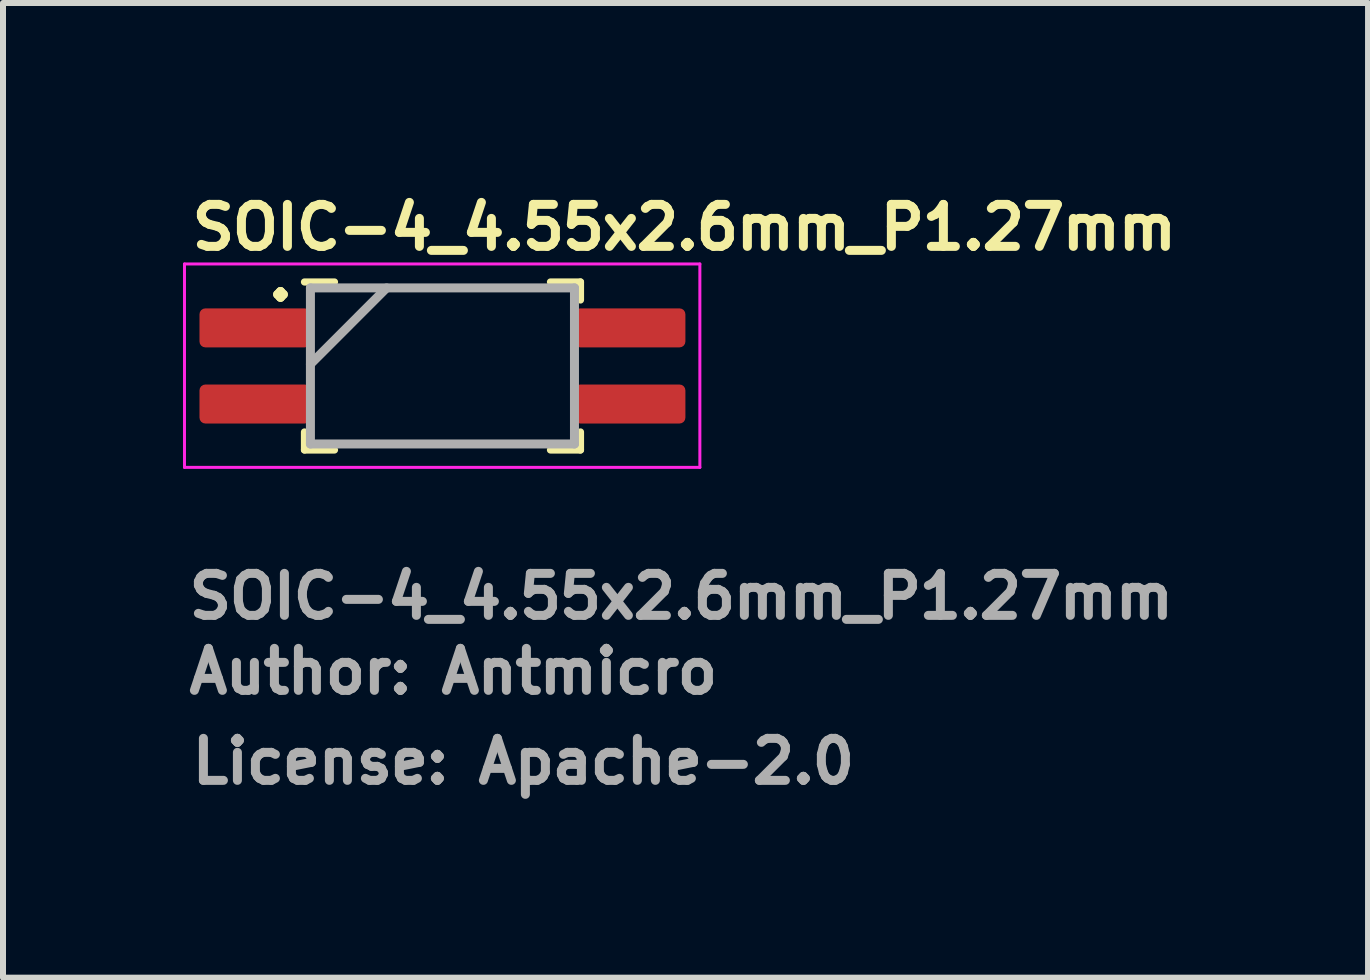
<source format=kicad_pcb>
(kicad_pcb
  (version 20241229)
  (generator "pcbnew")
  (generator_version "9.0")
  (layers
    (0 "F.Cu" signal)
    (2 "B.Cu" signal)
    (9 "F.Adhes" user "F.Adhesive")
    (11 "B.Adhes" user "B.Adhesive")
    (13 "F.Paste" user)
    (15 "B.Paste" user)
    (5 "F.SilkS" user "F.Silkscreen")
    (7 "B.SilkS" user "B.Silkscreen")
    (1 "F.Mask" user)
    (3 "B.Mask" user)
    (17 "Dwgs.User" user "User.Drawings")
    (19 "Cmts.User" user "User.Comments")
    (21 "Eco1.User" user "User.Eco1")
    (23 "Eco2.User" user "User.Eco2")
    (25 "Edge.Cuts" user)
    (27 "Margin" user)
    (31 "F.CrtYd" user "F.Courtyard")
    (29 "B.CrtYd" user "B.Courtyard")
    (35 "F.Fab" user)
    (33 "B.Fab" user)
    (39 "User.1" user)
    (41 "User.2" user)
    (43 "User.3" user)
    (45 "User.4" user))
  (footprint "SOIC-4_4.55x2.6mm_P1.27mm"
    (layer "F.Cu")
    (at 4.325 3.05)
    (property "Reference" "SOIC-4_4.55x2.6mm_P1.27mm" (at -4.25 -1.9 0) (layer "F.SilkS") (effects (font (size 0.7 0.7) (thickness 0.15)) (justify left bottom)))
    (attr smd)
    (fp_line (start -2.3 -1.4) (end -1.8 -1.4) (stroke (width 0.12) (type solid)) (layer "F.SilkS"))
    (fp_line (start -2.3 1.1) (end -2.3 1.4) (stroke (width 0.12) (type solid)) (layer "F.SilkS"))
    (fp_line (start -1.8 1.4) (end -2.3 1.4) (stroke (width 0.12) (type solid)) (layer "F.SilkS"))
    (fp_line (start 1.8 -1.4) (end 2.3 -1.4) (stroke (width 0.12) (type solid)) (layer "F.SilkS"))
    (fp_line (start 2.3 -1.1) (end 2.3 -1.4) (stroke (width 0.12) (type solid)) (layer "F.SilkS"))
    (fp_line (start 2.3 1.1) (end 2.3 1.4) (stroke (width 0.12) (type solid)) (layer "F.SilkS"))
    (fp_line (start 2.3 1.4) (end 1.8 1.4) (stroke (width 0.12) (type solid)) (layer "F.SilkS"))
    (fp_line (start -4.3 -1.7) (end 4.29 -1.7) (stroke (width 0.05) (type solid)) (layer "F.CrtYd"))
    (fp_line (start -4.3 1.69) (end -4.3 -1.7) (stroke (width 0.05) (type solid)) (layer "F.CrtYd"))
    (fp_line (start 4.29 -1.7) (end 4.29 1.69) (stroke (width 0.05) (type solid)) (layer "F.CrtYd"))
    (fp_line (start 4.29 1.69) (end -4.3 1.69) (stroke (width 0.05) (type solid)) (layer "F.CrtYd"))
    (fp_line (start -2.201 -1.301) (end 2.2 -1.301) (stroke (width 0.15) (type solid)) (layer "F.Fab"))
    (fp_line (start -2.201 -0.03) (end -0.931 -1.301) (stroke (width 0.15) (type solid)) (layer "F.Fab"))
    (fp_line (start -2.201 1.3) (end -2.201 -1.301) (stroke (width 0.15) (type solid)) (layer "F.Fab"))
    (fp_line (start 2.2 -1.301) (end 2.2 1.3) (stroke (width 0.15) (type solid)) (layer "F.Fab"))
    (fp_line (start 2.2 1.3) (end -2.201 1.3) (stroke (width 0.15) (type solid)) (layer "F.Fab"))
    (fp_line (start -3.5 -0.835) (end -3.161 -0.835) (stroke (width 0.01) (type solid)) (layer "User.9"))
    (fp_line (start -3.5 -0.435) (end -3.5 -0.835) (stroke (width 0.01) (type solid)) (layer "User.9"))
    (fp_line (start -3.5 -0.435) (end -3.161 -0.435) (stroke (width 0.01) (type solid)) (layer "User.9"))
    (fp_line (start -3.5 0.435) (end -3.161 0.435) (stroke (width 0.01) (type solid)) (layer "User.9"))
    (fp_line (start -3.5 0.835) (end -3.5 0.435) (stroke (width 0.01) (type solid)) (layer "User.9"))
    (fp_line (start -3.5 0.835) (end -3.161 0.835) (stroke (width 0.01) (type solid)) (layer "User.9"))
    (fp_line (start -3.161 -0.835) (end -3.078 -0.835) (stroke (width 0.01) (type solid)) (layer "User.9"))
    (fp_line (start -3.161 -0.435) (end -3.078 -0.435) (stroke (width 0.01) (type solid)) (layer "User.9"))
    (fp_line (start -3.161 0.435) (end -3.078 0.435) (stroke (width 0.01) (type solid)) (layer "User.9"))
    (fp_line (start -3.161 0.835) (end -3.078 0.835) (stroke (width 0.01) (type solid)) (layer "User.9"))
    (fp_line (start -3.078 -0.835) (end -2.396 -0.835) (stroke (width 0.01) (type solid)) (layer "User.9"))
    (fp_line (start -3.078 -0.435) (end -2.396 -0.435) (stroke (width 0.01) (type solid)) (layer "User.9"))
    (fp_line (start -3.078 0.435) (end -2.396 0.435) (stroke (width 0.01) (type solid)) (layer "User.9"))
    (fp_line (start -3.078 0.835) (end -2.396 0.835) (stroke (width 0.01) (type solid)) (layer "User.9"))
    (fp_line (start -2.396 -0.835) (end -2.313 -0.835) (stroke (width 0.01) (type solid)) (layer "User.9"))
    (fp_line (start -2.396 -0.435) (end -2.313 -0.435) (stroke (width 0.01) (type solid)) (layer "User.9"))
    (fp_line (start -2.396 0.435) (end -2.313 0.435) (stroke (width 0.01) (type solid)) (layer "User.9"))
    (fp_line (start -2.396 0.835) (end -2.313 0.835) (stroke (width 0.01) (type solid)) (layer "User.9"))
    (fp_line (start -2.313 -0.835) (end -2.2 -0.835) (stroke (width 0.01) (type solid)) (layer "User.9"))
    (fp_line (start -2.313 -0.435) (end -2.2 -0.435) (stroke (width 0.01) (type solid)) (layer "User.9"))
    (fp_line (start -2.313 0.435) (end -2.2 0.435) (stroke (width 0.01) (type solid)) (layer "User.9"))
    (fp_line (start -2.313 0.835) (end -2.2 0.835) (stroke (width 0.01) (type solid)) (layer "User.9"))
    (fp_line (start -2.2 -1.3) (end 2.2 -1.3) (stroke (width 0.01) (type solid)) (layer "User.9"))
    (fp_line (start -2.2 -0.435) (end -2.2 -0.835) (stroke (width 0.01) (type solid)) (layer "User.9"))
    (fp_line (start -2.2 0.835) (end -2.2 0.435) (stroke (width 0.01) (type solid)) (layer "User.9"))
    (fp_line (start -2.2 1.3) (end -2.2 -1.3) (stroke (width 0.01) (type solid)) (layer "User.9"))
    (fp_line (start -2.2 1.3) (end 2.2 1.3) (stroke (width 0.01) (type solid)) (layer "User.9"))
    (fp_line (start -1.755 -0.58) (end -1.755 -0.58) (stroke (width 0.01) (type solid)) (layer "User.9"))
    (fp_line (start -1.755 -0.58) (end -1.755 -0.566) (stroke (width 0.01) (type solid)) (layer "User.9"))
    (fp_line (start -1.755 -0.594) (end -1.755 -0.58) (stroke (width 0.01) (type solid)) (layer "User.9"))
    (fp_line (start -1.755 -0.566) (end -1.754 -0.552) (stroke (width 0.01) (type solid)) (layer "User.9"))
    (fp_line (start -1.754 -0.608) (end -1.755 -0.594) (stroke (width 0.01) (type solid)) (layer "User.9"))
    (fp_line (start -1.754 -0.552) (end -1.752 -0.538) (stroke (width 0.01) (type solid)) (layer "User.9"))
    (fp_line (start -1.752 -0.622) (end -1.754 -0.608) (stroke (width 0.01) (type solid)) (layer "User.9"))
    (fp_line (start -1.752 -0.538) (end -1.749 -0.525) (stroke (width 0.01) (type solid)) (layer "User.9"))
    (fp_line (start -1.749 -0.635) (end -1.752 -0.622) (stroke (width 0.01) (type solid)) (layer "User.9"))
    (fp_line (start -1.749 -0.525) (end -1.746 -0.511) (stroke (width 0.01) (type solid)) (layer "User.9"))
    (fp_line (start -1.746 -0.649) (end -1.749 -0.635) (stroke (width 0.01) (type solid)) (layer "User.9"))
    (fp_line (start -1.746 -0.511) (end -1.743 -0.498) (stroke (width 0.01) (type solid)) (layer "User.9"))
    (fp_line (start -1.743 -0.662) (end -1.746 -0.649) (stroke (width 0.01) (type solid)) (layer "User.9"))
    (fp_line (start -1.743 -0.498) (end -1.738 -0.485) (stroke (width 0.01) (type solid)) (layer "User.9"))
    (fp_line (start -1.738 -0.675) (end -1.743 -0.662) (stroke (width 0.01) (type solid)) (layer "User.9"))
    (fp_line (start -1.738 -0.485) (end -1.733 -0.473) (stroke (width 0.01) (type solid)) (layer "User.9"))
    (fp_line (start -1.733 -0.687) (end -1.738 -0.675) (stroke (width 0.01) (type solid)) (layer "User.9"))
    (fp_line (start -1.733 -0.473) (end -1.728 -0.461) (stroke (width 0.01) (type solid)) (layer "User.9"))
    (fp_line (start -1.728 -0.699) (end -1.733 -0.687) (stroke (width 0.01) (type solid)) (layer "User.9"))
    (fp_line (start -1.728 -0.461) (end -1.722 -0.449) (stroke (width 0.01) (type solid)) (layer "User.9"))
    (fp_line (start -1.722 -0.711) (end -1.728 -0.699) (stroke (width 0.01) (type solid)) (layer "User.9"))
    (fp_line (start -1.722 -0.449) (end -1.715 -0.437) (stroke (width 0.01) (type solid)) (layer "User.9"))
    (fp_line (start -1.715 -0.723) (end -1.722 -0.711) (stroke (width 0.01) (type solid)) (layer "User.9"))
    (fp_line (start -1.715 -0.437) (end -1.708 -0.426) (stroke (width 0.01) (type solid)) (layer "User.9"))
    (fp_line (start -1.708 -0.734) (end -1.715 -0.723) (stroke (width 0.01) (type solid)) (layer "User.9"))
    (fp_line (start -1.708 -0.426) (end -1.7 -0.415) (stroke (width 0.01) (type solid)) (layer "User.9"))
    (fp_line (start -1.7 -0.745) (end -1.708 -0.734) (stroke (width 0.01) (type solid)) (layer "User.9"))
    (fp_line (start -1.7 -0.415) (end -1.692 -0.405) (stroke (width 0.01) (type solid)) (layer "User.9"))
    (fp_line (start -1.692 -0.755) (end -1.7 -0.745) (stroke (width 0.01) (type solid)) (layer "User.9"))
    (fp_line (start -1.692 -0.405) (end -1.684 -0.395) (stroke (width 0.01) (type solid)) (layer "User.9"))
    (fp_line (start -1.684 -0.765) (end -1.692 -0.755) (stroke (width 0.01) (type solid)) (layer "User.9"))
    (fp_line (start -1.684 -0.395) (end -1.674 -0.386) (stroke (width 0.01) (type solid)) (layer "User.9"))
    (fp_line (start -1.674 -0.774) (end -1.684 -0.765) (stroke (width 0.01) (type solid)) (layer "User.9"))
    (fp_line (start -1.674 -0.386) (end -1.665 -0.376) (stroke (width 0.01) (type solid)) (layer "User.9"))
    (fp_line (start -1.665 -0.784) (end -1.674 -0.774) (stroke (width 0.01) (type solid)) (layer "User.9"))
    (fp_line (start -1.665 -0.376) (end -1.655 -0.368) (stroke (width 0.01) (type solid)) (layer "User.9"))
    (fp_line (start -1.655 -0.792) (end -1.665 -0.784) (stroke (width 0.01) (type solid)) (layer "User.9"))
    (fp_line (start -1.655 -0.368) (end -1.645 -0.36) (stroke (width 0.01) (type solid)) (layer "User.9"))
    (fp_line (start -1.645 -0.8) (end -1.655 -0.792) (stroke (width 0.01) (type solid)) (layer "User.9"))
    (fp_line (start -1.645 -0.36) (end -1.634 -0.352) (stroke (width 0.01) (type solid)) (layer "User.9"))
    (fp_line (start -1.634 -0.808) (end -1.645 -0.8) (stroke (width 0.01) (type solid)) (layer "User.9"))
    (fp_line (start -1.634 -0.352) (end -1.623 -0.345) (stroke (width 0.01) (type solid)) (layer "User.9"))
    (fp_line (start -1.623 -0.815) (end -1.634 -0.808) (stroke (width 0.01) (type solid)) (layer "User.9"))
    (fp_line (start -1.623 -0.345) (end -1.611 -0.338) (stroke (width 0.01) (type solid)) (layer "User.9"))
    (fp_line (start -1.611 -0.822) (end -1.623 -0.815) (stroke (width 0.01) (type solid)) (layer "User.9"))
    (fp_line (start -1.611 -0.338) (end -1.599 -0.332) (stroke (width 0.01) (type solid)) (layer "User.9"))
    (fp_line (start -1.599 -0.828) (end -1.611 -0.822) (stroke (width 0.01) (type solid)) (layer "User.9"))
    (fp_line (start -1.599 -0.332) (end -1.587 -0.327) (stroke (width 0.01) (type solid)) (layer "User.9"))
    (fp_line (start -1.587 -0.833) (end -1.599 -0.828) (stroke (width 0.01) (type solid)) (layer "User.9"))
    (fp_line (start -1.587 -0.327) (end -1.575 -0.322) (stroke (width 0.01) (type solid)) (layer "User.9"))
    (fp_line (start -1.575 -0.838) (end -1.587 -0.833) (stroke (width 0.01) (type solid)) (layer "User.9"))
    (fp_line (start -1.575 -0.322) (end -1.562 -0.317) (stroke (width 0.01) (type solid)) (layer "User.9"))
    (fp_line (start -1.562 -0.843) (end -1.575 -0.838) (stroke (width 0.01) (type solid)) (layer "User.9"))
    (fp_line (start -1.562 -0.317) (end -1.549 -0.314) (stroke (width 0.01) (type solid)) (layer "User.9"))
    (fp_line (start -1.549 -0.846) (end -1.562 -0.843) (stroke (width 0.01) (type solid)) (layer "User.9"))
    (fp_line (start -1.549 -0.314) (end -1.535 -0.311) (stroke (width 0.01) (type solid)) (layer "User.9"))
    (fp_line (start -1.535 -0.849) (end -1.549 -0.846) (stroke (width 0.01) (type solid)) (layer "User.9"))
    (fp_line (start -1.535 -0.311) (end -1.522 -0.308) (stroke (width 0.01) (type solid)) (layer "User.9"))
    (fp_line (start -1.522 -0.852) (end -1.535 -0.849) (stroke (width 0.01) (type solid)) (layer "User.9"))
    (fp_line (start -1.522 -0.308) (end -1.508 -0.306) (stroke (width 0.01) (type solid)) (layer "User.9"))
    (fp_line (start -1.508 -0.854) (end -1.522 -0.852) (stroke (width 0.01) (type solid)) (layer "User.9"))
    (fp_line (start -1.508 -0.306) (end -1.494 -0.305) (stroke (width 0.01) (type solid)) (layer "User.9"))
    (fp_line (start -1.494 -0.855) (end -1.508 -0.854) (stroke (width 0.01) (type solid)) (layer "User.9"))
    (fp_line (start -1.494 -0.305) (end -1.48 -0.305) (stroke (width 0.01) (type solid)) (layer "User.9"))
    (fp_line (start -1.48 -0.855) (end -1.494 -0.855) (stroke (width 0.01) (type solid)) (layer "User.9"))
    (fp_line (start -1.48 -0.855) (end -1.48 -0.855) (stroke (width 0.01) (type solid)) (layer "User.9"))
    (fp_line (start -1.48 -0.305) (end -1.48 -0.305) (stroke (width 0.01) (type solid)) (layer "User.9"))
    (fp_line (start -1.48 -0.305) (end -1.466 -0.305) (stroke (width 0.01) (type solid)) (layer "User.9"))
    (fp_line (start -1.466 -0.855) (end -1.48 -0.855) (stroke (width 0.01) (type solid)) (layer "User.9"))
    (fp_line (start -1.466 -0.305) (end -1.452 -0.306) (stroke (width 0.01) (type solid)) (layer "User.9"))
    (fp_line (start -1.452 -0.854) (end -1.466 -0.855) (stroke (width 0.01) (type solid)) (layer "User.9"))
    (fp_line (start -1.452 -0.306) (end -1.438 -0.308) (stroke (width 0.01) (type solid)) (layer "User.9"))
    (fp_line (start -1.438 -0.852) (end -1.452 -0.854) (stroke (width 0.01) (type solid)) (layer "User.9"))
    (fp_line (start -1.438 -0.308) (end -1.425 -0.311) (stroke (width 0.01) (type solid)) (layer "User.9"))
    (fp_line (start -1.425 -0.849) (end -1.438 -0.852) (stroke (width 0.01) (type solid)) (layer "User.9"))
    (fp_line (start -1.425 -0.311) (end -1.411 -0.314) (stroke (width 0.01) (type solid)) (layer "User.9"))
    (fp_line (start -1.411 -0.846) (end -1.425 -0.849) (stroke (width 0.01) (type solid)) (layer "User.9"))
    (fp_line (start -1.411 -0.314) (end -1.398 -0.317) (stroke (width 0.01) (type solid)) (layer "User.9"))
    (fp_line (start -1.398 -0.843) (end -1.411 -0.846) (stroke (width 0.01) (type solid)) (layer "User.9"))
    (fp_line (start -1.398 -0.317) (end -1.385 -0.322) (stroke (width 0.01) (type solid)) (layer "User.9"))
    (fp_line (start -1.385 -0.838) (end -1.398 -0.843) (stroke (width 0.01) (type solid)) (layer "User.9"))
    (fp_line (start -1.385 -0.322) (end -1.373 -0.327) (stroke (width 0.01) (type solid)) (layer "User.9"))
    (fp_line (start -1.373 -0.833) (end -1.385 -0.838) (stroke (width 0.01) (type solid)) (layer "User.9"))
    (fp_line (start -1.373 -0.327) (end -1.361 -0.332) (stroke (width 0.01) (type solid)) (layer "User.9"))
    (fp_line (start -1.361 -0.828) (end -1.373 -0.833) (stroke (width 0.01) (type solid)) (layer "User.9"))
    (fp_line (start -1.361 -0.332) (end -1.349 -0.338) (stroke (width 0.01) (type solid)) (layer "User.9"))
    (fp_line (start -1.349 -0.822) (end -1.361 -0.828) (stroke (width 0.01) (type solid)) (layer "User.9"))
    (fp_line (start -1.349 -0.338) (end -1.337 -0.345) (stroke (width 0.01) (type solid)) (layer "User.9"))
    (fp_line (start -1.337 -0.815) (end -1.349 -0.822) (stroke (width 0.01) (type solid)) (layer "User.9"))
    (fp_line (start -1.337 -0.345) (end -1.326 -0.352) (stroke (width 0.01) (type solid)) (layer "User.9"))
    (fp_line (start -1.326 -0.808) (end -1.337 -0.815) (stroke (width 0.01) (type solid)) (layer "User.9"))
    (fp_line (start -1.326 -0.352) (end -1.315 -0.36) (stroke (width 0.01) (type solid)) (layer "User.9"))
    (fp_line (start -1.315 -0.8) (end -1.326 -0.808) (stroke (width 0.01) (type solid)) (layer "User.9"))
    (fp_line (start -1.315 -0.36) (end -1.305 -0.368) (stroke (width 0.01) (type solid)) (layer "User.9"))
    (fp_line (start -1.305 -0.792) (end -1.315 -0.8) (stroke (width 0.01) (type solid)) (layer "User.9"))
    (fp_line (start -1.305 -0.368) (end -1.295 -0.376) (stroke (width 0.01) (type solid)) (layer "User.9"))
    (fp_line (start -1.295 -0.784) (end -1.305 -0.792) (stroke (width 0.01) (type solid)) (layer "User.9"))
    (fp_line (start -1.295 -0.376) (end -1.286 -0.386) (stroke (width 0.01) (type solid)) (layer "User.9"))
    (fp_line (start -1.286 -0.774) (end -1.295 -0.784) (stroke (width 0.01) (type solid)) (layer "User.9"))
    (fp_line (start -1.286 -0.386) (end -1.276 -0.395) (stroke (width 0.01) (type solid)) (layer "User.9"))
    (fp_line (start -1.276 -0.765) (end -1.286 -0.774) (stroke (width 0.01) (type solid)) (layer "User.9"))
    (fp_line (start -1.276 -0.395) (end -1.268 -0.405) (stroke (width 0.01) (type solid)) (layer "User.9"))
    (fp_line (start -1.268 -0.755) (end -1.276 -0.765) (stroke (width 0.01) (type solid)) (layer "User.9"))
    (fp_line (start -1.268 -0.405) (end -1.26 -0.415) (stroke (width 0.01) (type solid)) (layer "User.9"))
    (fp_line (start -1.26 -0.745) (end -1.268 -0.755) (stroke (width 0.01) (type solid)) (layer "User.9"))
    (fp_line (start -1.26 -0.415) (end -1.252 -0.426) (stroke (width 0.01) (type solid)) (layer "User.9"))
    (fp_line (start -1.252 -0.734) (end -1.26 -0.745) (stroke (width 0.01) (type solid)) (layer "User.9"))
    (fp_line (start -1.252 -0.426) (end -1.245 -0.437) (stroke (width 0.01) (type solid)) (layer "User.9"))
    (fp_line (start -1.245 -0.723) (end -1.252 -0.734) (stroke (width 0.01) (type solid)) (layer "User.9"))
    (fp_line (start -1.245 -0.437) (end -1.238 -0.449) (stroke (width 0.01) (type solid)) (layer "User.9"))
    (fp_line (start -1.238 -0.711) (end -1.245 -0.723) (stroke (width 0.01) (type solid)) (layer "User.9"))
    (fp_line (start -1.238 -0.449) (end -1.232 -0.461) (stroke (width 0.01) (type solid)) (layer "User.9"))
    (fp_line (start -1.232 -0.699) (end -1.238 -0.711) (stroke (width 0.01) (type solid)) (layer "User.9"))
    (fp_line (start -1.232 -0.461) (end -1.227 -0.473) (stroke (width 0.01) (type solid)) (layer "User.9"))
    (fp_line (start -1.227 -0.687) (end -1.232 -0.699) (stroke (width 0.01) (type solid)) (layer "User.9"))
    (fp_line (start -1.227 -0.473) (end -1.222 -0.485) (stroke (width 0.01) (type solid)) (layer "User.9"))
    (fp_line (start -1.222 -0.675) (end -1.227 -0.687) (stroke (width 0.01) (type solid)) (layer "User.9"))
    (fp_line (start -1.222 -0.485) (end -1.217 -0.498) (stroke (width 0.01) (type solid)) (layer "User.9"))
    (fp_line (start -1.217 -0.662) (end -1.222 -0.675) (stroke (width 0.01) (type solid)) (layer "User.9"))
    (fp_line (start -1.217 -0.498) (end -1.214 -0.511) (stroke (width 0.01) (type solid)) (layer "User.9"))
    (fp_line (start -1.214 -0.649) (end -1.217 -0.662) (stroke (width 0.01) (type solid)) (layer "User.9"))
    (fp_line (start -1.214 -0.511) (end -1.211 -0.525) (stroke (width 0.01) (type solid)) (layer "User.9"))
    (fp_line (start -1.211 -0.635) (end -1.214 -0.649) (stroke (width 0.01) (type solid)) (layer "User.9"))
    (fp_line (start -1.211 -0.525) (end -1.208 -0.538) (stroke (width 0.01) (type solid)) (layer "User.9"))
    (fp_line (start -1.208 -0.622) (end -1.211 -0.635) (stroke (width 0.01) (type solid)) (layer "User.9"))
    (fp_line (start -1.208 -0.538) (end -1.206 -0.552) (stroke (width 0.01) (type solid)) (layer "User.9"))
    (fp_line (start -1.206 -0.608) (end -1.208 -0.622) (stroke (width 0.01) (type solid)) (layer "User.9"))
    (fp_line (start -1.206 -0.552) (end -1.205 -0.566) (stroke (width 0.01) (type solid)) (layer "User.9"))
    (fp_line (start -1.205 -0.594) (end -1.206 -0.608) (stroke (width 0.01) (type solid)) (layer "User.9"))
    (fp_line (start -1.205 -0.566) (end -1.205 -0.58) (stroke (width 0.01) (type solid)) (layer "User.9"))
    (fp_line (start -1.205 -0.58) (end -1.205 -0.594) (stroke (width 0.01) (type solid)) (layer "User.9"))
    (fp_line (start -1.205 -0.58) (end -1.205 -0.58) (stroke (width 0.01) (type solid)) (layer "User.9"))
    (fp_line (start -1.205 -0.58) (end -1.205 -0.58) (stroke (width 0.01) (type solid)) (layer "User.9"))
    (fp_line (start 2.2 -0.835) (end 2.313 -0.835) (stroke (width 0.01) (type solid)) (layer "User.9"))
    (fp_line (start 2.2 -0.435) (end 2.2 -0.835) (stroke (width 0.01) (type solid)) (layer "User.9"))
    (fp_line (start 2.2 -0.435) (end 2.313 -0.435) (stroke (width 0.01) (type solid)) (layer "User.9"))
    (fp_line (start 2.2 0.435) (end 2.313 0.435) (stroke (width 0.01) (type solid)) (layer "User.9"))
    (fp_line (start 2.2 0.835) (end 2.2 0.435) (stroke (width 0.01) (type solid)) (layer "User.9"))
    (fp_line (start 2.2 0.835) (end 2.313 0.835) (stroke (width 0.01) (type solid)) (layer "User.9"))
    (fp_line (start 2.2 1.3) (end 2.2 -1.3) (stroke (width 0.01) (type solid)) (layer "User.9"))
    (fp_line (start 2.396 -0.835) (end 2.313 -0.835) (stroke (width 0.01) (type solid)) (layer "User.9"))
    (fp_line (start 2.396 -0.435) (end 2.313 -0.435) (stroke (width 0.01) (type solid)) (layer "User.9"))
    (fp_line (start 2.396 0.435) (end 2.313 0.435) (stroke (width 0.01) (type solid)) (layer "User.9"))
    (fp_line (start 2.396 0.835) (end 2.313 0.835) (stroke (width 0.01) (type solid)) (layer "User.9"))
    (fp_line (start 3.078 -0.835) (end 2.396 -0.835) (stroke (width 0.01) (type solid)) (layer "User.9"))
    (fp_line (start 3.078 -0.435) (end 2.396 -0.435) (stroke (width 0.01) (type solid)) (layer "User.9"))
    (fp_line (start 3.078 0.435) (end 2.396 0.435) (stroke (width 0.01) (type solid)) (layer "User.9"))
    (fp_line (start 3.078 0.835) (end 2.396 0.835) (stroke (width 0.01) (type solid)) (layer "User.9"))
    (fp_line (start 3.161 -0.835) (end 3.078 -0.835) (stroke (width 0.01) (type solid)) (layer "User.9"))
    (fp_line (start 3.161 -0.835) (end 3.5 -0.835) (stroke (width 0.01) (type solid)) (layer "User.9"))
    (fp_line (start 3.161 -0.435) (end 3.078 -0.435) (stroke (width 0.01) (type solid)) (layer "User.9"))
    (fp_line (start 3.161 -0.435) (end 3.5 -0.435) (stroke (width 0.01) (type solid)) (layer "User.9"))
    (fp_line (start 3.161 0.435) (end 3.078 0.435) (stroke (width 0.01) (type solid)) (layer "User.9"))
    (fp_line (start 3.161 0.435) (end 3.5 0.435) (stroke (width 0.01) (type solid)) (layer "User.9"))
    (fp_line (start 3.161 0.835) (end 3.078 0.835) (stroke (width 0.01) (type solid)) (layer "User.9"))
    (fp_line (start 3.161 0.835) (end 3.5 0.835) (stroke (width 0.01) (type solid)) (layer "User.9"))
    (fp_line (start 3.5 -0.435) (end 3.5 -0.835) (stroke (width 0.01) (type solid)) (layer "User.9"))
    (fp_line (start 3.5 0.835) (end 3.5 0.435) (stroke (width 0.01) (type solid)) (layer "User.9"))
    (fp_text user "." (at -2.7 -1.6 0) (layer "F.SilkS") (effects (font (size 1 1) (thickness 0.15))))
    (fp_text user "${REFERENCE}" (at -4.3 4.25 0) (layer "F.Fab") (effects (font (size 0.7 0.7) (thickness 0.15)) (justify left bottom)))
    (fp_text user "Author: Antmicro" (at -4.3 5.5 0) (layer "F.Fab") (effects (font (size 0.7 0.7) (thickness 0.15)) (justify left bottom)))
    (fp_text user "License: Apache-2.0" (at -4.25 7 0) (layer "F.Fab") (effects (font (size 0.7 0.7) (thickness 0.15)) (justify left bottom)))
    (pad "1" smd roundrect (at -3.125 -0.635 90) (size 0.65 1.85) (layers "F.Cu" "F.Mask" "F.Paste") (roundrect_rratio 0.15))
    (pad "2" smd roundrect (at -3.125 0.634 90) (size 0.65 1.85) (layers "F.Cu" "F.Mask" "F.Paste") (roundrect_rratio 0.15))
    (pad "3" smd roundrect (at 3.124 0.634 90) (size 0.65 1.85) (layers "F.Cu" "F.Mask" "F.Paste") (roundrect_rratio 0.15))
    (pad "4" smd roundrect (at 3.124 -0.635 90) (size 0.65 1.85) (layers "F.Cu" "F.Mask" "F.Paste") (roundrect_rratio 0.15)))
  (gr_rect
    (start -3 -3)
    (end 19.752 13.245)
    (stroke (width 0.1) (type default))
    (fill no)
    (layer "Edge.Cuts")))
</source>
